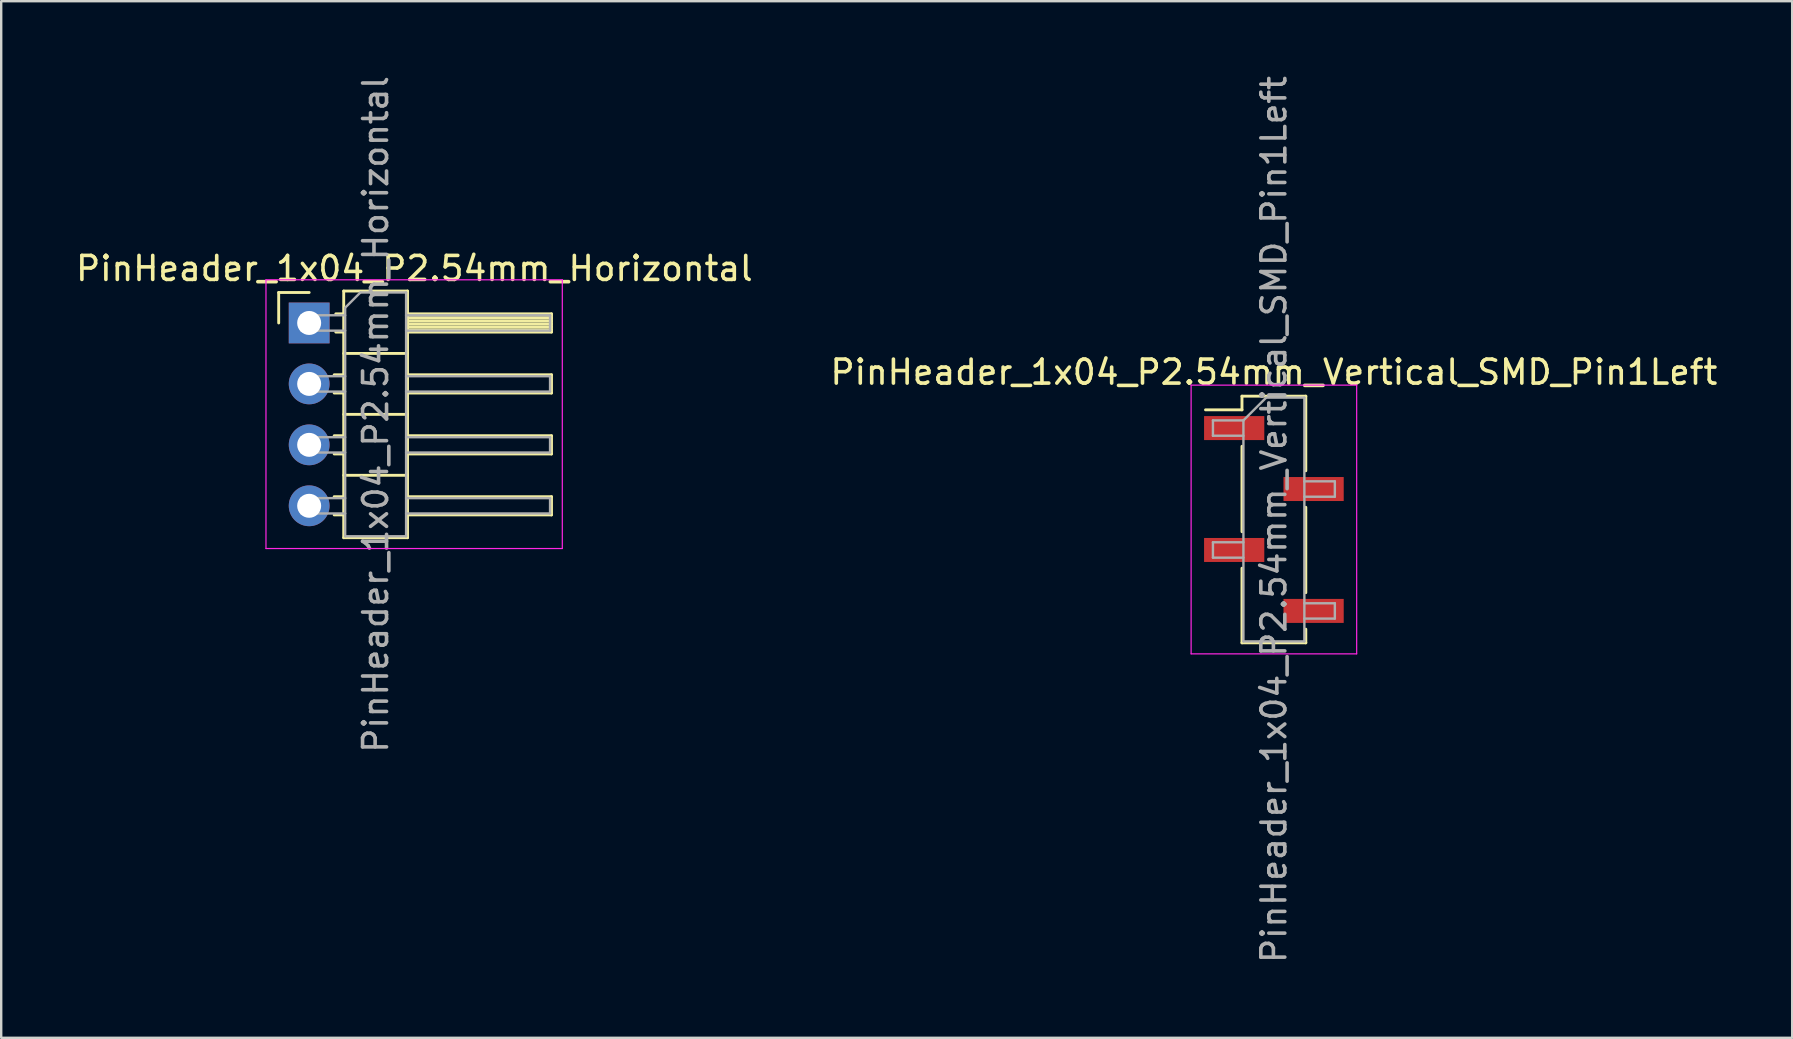
<source format=kicad_pcb>
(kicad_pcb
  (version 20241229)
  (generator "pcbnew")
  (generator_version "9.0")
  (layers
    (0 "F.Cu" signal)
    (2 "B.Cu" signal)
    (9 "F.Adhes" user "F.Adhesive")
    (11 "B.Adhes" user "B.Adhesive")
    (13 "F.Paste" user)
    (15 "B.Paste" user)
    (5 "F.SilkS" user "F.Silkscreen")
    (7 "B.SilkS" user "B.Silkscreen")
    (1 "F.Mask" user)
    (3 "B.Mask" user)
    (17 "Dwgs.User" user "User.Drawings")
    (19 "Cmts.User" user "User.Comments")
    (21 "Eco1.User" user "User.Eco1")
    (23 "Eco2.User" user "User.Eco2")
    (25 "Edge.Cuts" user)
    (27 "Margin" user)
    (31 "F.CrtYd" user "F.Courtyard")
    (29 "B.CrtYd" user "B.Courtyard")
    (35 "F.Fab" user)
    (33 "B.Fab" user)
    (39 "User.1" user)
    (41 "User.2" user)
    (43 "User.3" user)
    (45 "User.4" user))
  (footprint "PinHeader_1x04_P2.54mm_Horizontal"
    (layer "F.Cu")
    (at 9.835 10.41)
    (property "Reference" "PinHeader_1x04_P2.54mm_Horizontal" (at 4.385 -2.27 0) (layer "F.SilkS") (effects (font (size 1 1) (thickness 0.15))))
    (attr through_hole)
    (fp_line (start -1.27 -1.27) (end 0 -1.27) (stroke (width 0.12) (type solid)) (layer "F.SilkS"))
    (fp_line (start -1.27 0) (end -1.27 -1.27) (stroke (width 0.12) (type solid)) (layer "F.SilkS"))
    (fp_line (start 1.043 2.16) (end 1.44 2.16) (stroke (width 0.12) (type solid)) (layer "F.SilkS"))
    (fp_line (start 1.043 2.92) (end 1.44 2.92) (stroke (width 0.12) (type solid)) (layer "F.SilkS"))
    (fp_line (start 1.043 4.7) (end 1.44 4.7) (stroke (width 0.12) (type solid)) (layer "F.SilkS"))
    (fp_line (start 1.043 5.46) (end 1.44 5.46) (stroke (width 0.12) (type solid)) (layer "F.SilkS"))
    (fp_line (start 1.043 7.24) (end 1.44 7.24) (stroke (width 0.12) (type solid)) (layer "F.SilkS"))
    (fp_line (start 1.043 8) (end 1.44 8) (stroke (width 0.12) (type solid)) (layer "F.SilkS"))
    (fp_line (start 1.11 -0.38) (end 1.44 -0.38) (stroke (width 0.12) (type solid)) (layer "F.SilkS"))
    (fp_line (start 1.11 0.38) (end 1.44 0.38) (stroke (width 0.12) (type solid)) (layer "F.SilkS"))
    (fp_line (start 1.44 -1.33) (end 1.44 8.95) (stroke (width 0.12) (type solid)) (layer "F.SilkS"))
    (fp_line (start 1.44 1.27) (end 4.1 1.27) (stroke (width 0.12) (type solid)) (layer "F.SilkS"))
    (fp_line (start 1.44 3.81) (end 4.1 3.81) (stroke (width 0.12) (type solid)) (layer "F.SilkS"))
    (fp_line (start 1.44 6.35) (end 4.1 6.35) (stroke (width 0.12) (type solid)) (layer "F.SilkS"))
    (fp_line (start 1.44 8.95) (end 4.1 8.95) (stroke (width 0.12) (type solid)) (layer "F.SilkS"))
    (fp_line (start 4.1 -1.33) (end 1.44 -1.33) (stroke (width 0.12) (type solid)) (layer "F.SilkS"))
    (fp_line (start 4.1 -0.38) (end 10.1 -0.38) (stroke (width 0.12) (type solid)) (layer "F.SilkS"))
    (fp_line (start 4.1 -0.32) (end 10.1 -0.32) (stroke (width 0.12) (type solid)) (layer "F.SilkS"))
    (fp_line (start 4.1 -0.2) (end 10.1 -0.2) (stroke (width 0.12) (type solid)) (layer "F.SilkS"))
    (fp_line (start 4.1 -0.08) (end 10.1 -0.08) (stroke (width 0.12) (type solid)) (layer "F.SilkS"))
    (fp_line (start 4.1 0.04) (end 10.1 0.04) (stroke (width 0.12) (type solid)) (layer "F.SilkS"))
    (fp_line (start 4.1 0.16) (end 10.1 0.16) (stroke (width 0.12) (type solid)) (layer "F.SilkS"))
    (fp_line (start 4.1 0.28) (end 10.1 0.28) (stroke (width 0.12) (type solid)) (layer "F.SilkS"))
    (fp_line (start 4.1 2.16) (end 10.1 2.16) (stroke (width 0.12) (type solid)) (layer "F.SilkS"))
    (fp_line (start 4.1 4.7) (end 10.1 4.7) (stroke (width 0.12) (type solid)) (layer "F.SilkS"))
    (fp_line (start 4.1 7.24) (end 10.1 7.24) (stroke (width 0.12) (type solid)) (layer "F.SilkS"))
    (fp_line (start 4.1 8.95) (end 4.1 -1.33) (stroke (width 0.12) (type solid)) (layer "F.SilkS"))
    (fp_line (start 10.1 -0.38) (end 10.1 0.38) (stroke (width 0.12) (type solid)) (layer "F.SilkS"))
    (fp_line (start 10.1 0.38) (end 4.1 0.38) (stroke (width 0.12) (type solid)) (layer "F.SilkS"))
    (fp_line (start 10.1 2.16) (end 10.1 2.92) (stroke (width 0.12) (type solid)) (layer "F.SilkS"))
    (fp_line (start 10.1 2.92) (end 4.1 2.92) (stroke (width 0.12) (type solid)) (layer "F.SilkS"))
    (fp_line (start 10.1 4.7) (end 10.1 5.46) (stroke (width 0.12) (type solid)) (layer "F.SilkS"))
    (fp_line (start 10.1 5.46) (end 4.1 5.46) (stroke (width 0.12) (type solid)) (layer "F.SilkS"))
    (fp_line (start 10.1 7.24) (end 10.1 8) (stroke (width 0.12) (type solid)) (layer "F.SilkS"))
    (fp_line (start 10.1 8) (end 4.1 8) (stroke (width 0.12) (type solid)) (layer "F.SilkS"))
    (fp_line (start -1.8 -1.8) (end -1.8 9.4) (stroke (width 0.05) (type solid)) (layer "F.CrtYd"))
    (fp_line (start -1.8 9.4) (end 10.55 9.4) (stroke (width 0.05) (type solid)) (layer "F.CrtYd"))
    (fp_line (start 10.55 -1.8) (end -1.8 -1.8) (stroke (width 0.05) (type solid)) (layer "F.CrtYd"))
    (fp_line (start 10.55 9.4) (end 10.55 -1.8) (stroke (width 0.05) (type solid)) (layer "F.CrtYd"))
    (fp_line (start -0.32 -0.32) (end -0.32 0.32) (stroke (width 0.1) (type solid)) (layer "F.Fab"))
    (fp_line (start -0.32 -0.32) (end 1.5 -0.32) (stroke (width 0.1) (type solid)) (layer "F.Fab"))
    (fp_line (start -0.32 0.32) (end 1.5 0.32) (stroke (width 0.1) (type solid)) (layer "F.Fab"))
    (fp_line (start -0.32 2.22) (end -0.32 2.86) (stroke (width 0.1) (type solid)) (layer "F.Fab"))
    (fp_line (start -0.32 2.22) (end 1.5 2.22) (stroke (width 0.1) (type solid)) (layer "F.Fab"))
    (fp_line (start -0.32 2.86) (end 1.5 2.86) (stroke (width 0.1) (type solid)) (layer "F.Fab"))
    (fp_line (start -0.32 4.76) (end -0.32 5.4) (stroke (width 0.1) (type solid)) (layer "F.Fab"))
    (fp_line (start -0.32 4.76) (end 1.5 4.76) (stroke (width 0.1) (type solid)) (layer "F.Fab"))
    (fp_line (start -0.32 5.4) (end 1.5 5.4) (stroke (width 0.1) (type solid)) (layer "F.Fab"))
    (fp_line (start -0.32 7.3) (end -0.32 7.94) (stroke (width 0.1) (type solid)) (layer "F.Fab"))
    (fp_line (start -0.32 7.3) (end 1.5 7.3) (stroke (width 0.1) (type solid)) (layer "F.Fab"))
    (fp_line (start -0.32 7.94) (end 1.5 7.94) (stroke (width 0.1) (type solid)) (layer "F.Fab"))
    (fp_line (start 1.5 -0.635) (end 2.135 -1.27) (stroke (width 0.1) (type solid)) (layer "F.Fab"))
    (fp_line (start 1.5 8.89) (end 1.5 -0.635) (stroke (width 0.1) (type solid)) (layer "F.Fab"))
    (fp_line (start 2.135 -1.27) (end 4.04 -1.27) (stroke (width 0.1) (type solid)) (layer "F.Fab"))
    (fp_line (start 4.04 -1.27) (end 4.04 8.89) (stroke (width 0.1) (type solid)) (layer "F.Fab"))
    (fp_line (start 4.04 -0.32) (end 10.04 -0.32) (stroke (width 0.1) (type solid)) (layer "F.Fab"))
    (fp_line (start 4.04 0.32) (end 10.04 0.32) (stroke (width 0.1) (type solid)) (layer "F.Fab"))
    (fp_line (start 4.04 2.22) (end 10.04 2.22) (stroke (width 0.1) (type solid)) (layer "F.Fab"))
    (fp_line (start 4.04 2.86) (end 10.04 2.86) (stroke (width 0.1) (type solid)) (layer "F.Fab"))
    (fp_line (start 4.04 4.76) (end 10.04 4.76) (stroke (width 0.1) (type solid)) (layer "F.Fab"))
    (fp_line (start 4.04 5.4) (end 10.04 5.4) (stroke (width 0.1) (type solid)) (layer "F.Fab"))
    (fp_line (start 4.04 7.3) (end 10.04 7.3) (stroke (width 0.1) (type solid)) (layer "F.Fab"))
    (fp_line (start 4.04 7.94) (end 10.04 7.94) (stroke (width 0.1) (type solid)) (layer "F.Fab"))
    (fp_line (start 4.04 8.89) (end 1.5 8.89) (stroke (width 0.1) (type solid)) (layer "F.Fab"))
    (fp_line (start 10.04 -0.32) (end 10.04 0.32) (stroke (width 0.1) (type solid)) (layer "F.Fab"))
    (fp_line (start 10.04 2.22) (end 10.04 2.86) (stroke (width 0.1) (type solid)) (layer "F.Fab"))
    (fp_line (start 10.04 4.76) (end 10.04 5.4) (stroke (width 0.1) (type solid)) (layer "F.Fab"))
    (fp_line (start 10.04 7.3) (end 10.04 7.94) (stroke (width 0.1) (type solid)) (layer "F.Fab"))
    (fp_text user "${REFERENCE}" (at 2.77 3.81 90) (layer "F.Fab") (effects (font (size 1 1) (thickness 0.15))))
    (pad "1" thru_hole rect (at 0 0) (size 1.7 1.7) (drill 1) (layers "*.Cu" "*.Mask"))
    (pad "2" thru_hole oval (at 0 2.54) (size 1.7 1.7) (drill 1) (layers "*.Cu" "*.Mask"))
    (pad "3" thru_hole oval (at 0 5.08) (size 1.7 1.7) (drill 1) (layers "*.Cu" "*.Mask"))
    (pad "4" thru_hole oval (at 0 7.62) (size 1.7 1.7) (drill 1) (layers "*.Cu" "*.Mask")))
  (footprint "PinHeader_1x04_P2.54mm_Vertical_SMD_Pin1Left"
    (layer "F.Cu")
    (at 50.042 18.601)
    (property "Reference" "PinHeader_1x04_P2.54mm_Vertical_SMD_Pin1Left" (at 0 -6.14 0) (layer "F.SilkS") (effects (font (size 1 1) (thickness 0.15))))
    (attr smd)
    (fp_line (start -1.33 -5.14) (end -1.33 -4.57) (stroke (width 0.12) (type solid)) (layer "F.SilkS"))
    (fp_line (start -1.33 -5.14) (end 1.33 -5.14) (stroke (width 0.12) (type solid)) (layer "F.SilkS"))
    (fp_line (start -1.33 -4.57) (end -2.85 -4.57) (stroke (width 0.12) (type solid)) (layer "F.SilkS"))
    (fp_line (start -1.33 -3.05) (end -1.33 0.51) (stroke (width 0.12) (type solid)) (layer "F.SilkS"))
    (fp_line (start -1.33 2.03) (end -1.33 5.14) (stroke (width 0.12) (type solid)) (layer "F.SilkS"))
    (fp_line (start -1.33 5.14) (end 1.33 5.14) (stroke (width 0.12) (type solid)) (layer "F.SilkS"))
    (fp_line (start 1.33 -5.14) (end 1.33 -2.03) (stroke (width 0.12) (type solid)) (layer "F.SilkS"))
    (fp_line (start 1.33 -0.51) (end 1.33 3.05) (stroke (width 0.12) (type solid)) (layer "F.SilkS"))
    (fp_line (start 1.33 4.57) (end 1.33 5.14) (stroke (width 0.12) (type solid)) (layer "F.SilkS"))
    (fp_line (start -3.45 -5.6) (end -3.45 5.6) (stroke (width 0.05) (type solid)) (layer "F.CrtYd"))
    (fp_line (start -3.45 5.6) (end 3.45 5.6) (stroke (width 0.05) (type solid)) (layer "F.CrtYd"))
    (fp_line (start 3.45 -5.6) (end -3.45 -5.6) (stroke (width 0.05) (type solid)) (layer "F.CrtYd"))
    (fp_line (start 3.45 5.6) (end 3.45 -5.6) (stroke (width 0.05) (type solid)) (layer "F.CrtYd"))
    (fp_line (start -2.54 -4.13) (end -2.54 -3.49) (stroke (width 0.1) (type solid)) (layer "F.Fab"))
    (fp_line (start -2.54 -3.49) (end -1.27 -3.49) (stroke (width 0.1) (type solid)) (layer "F.Fab"))
    (fp_line (start -2.54 0.95) (end -2.54 1.59) (stroke (width 0.1) (type solid)) (layer "F.Fab"))
    (fp_line (start -2.54 1.59) (end -1.27 1.59) (stroke (width 0.1) (type solid)) (layer "F.Fab"))
    (fp_line (start -1.27 -4.13) (end -2.54 -4.13) (stroke (width 0.1) (type solid)) (layer "F.Fab"))
    (fp_line (start -1.27 -4.13) (end -0.32 -5.08) (stroke (width 0.1) (type solid)) (layer "F.Fab"))
    (fp_line (start -1.27 0.95) (end -2.54 0.95) (stroke (width 0.1) (type solid)) (layer "F.Fab"))
    (fp_line (start -1.27 5.08) (end -1.27 -4.13) (stroke (width 0.1) (type solid)) (layer "F.Fab"))
    (fp_line (start -0.32 -5.08) (end 1.27 -5.08) (stroke (width 0.1) (type solid)) (layer "F.Fab"))
    (fp_line (start 1.27 -5.08) (end 1.27 5.08) (stroke (width 0.1) (type solid)) (layer "F.Fab"))
    (fp_line (start 1.27 -1.59) (end 2.54 -1.59) (stroke (width 0.1) (type solid)) (layer "F.Fab"))
    (fp_line (start 1.27 3.49) (end 2.54 3.49) (stroke (width 0.1) (type solid)) (layer "F.Fab"))
    (fp_line (start 1.27 5.08) (end -1.27 5.08) (stroke (width 0.1) (type solid)) (layer "F.Fab"))
    (fp_line (start 2.54 -1.59) (end 2.54 -0.95) (stroke (width 0.1) (type solid)) (layer "F.Fab"))
    (fp_line (start 2.54 -0.95) (end 1.27 -0.95) (stroke (width 0.1) (type solid)) (layer "F.Fab"))
    (fp_line (start 2.54 3.49) (end 2.54 4.13) (stroke (width 0.1) (type solid)) (layer "F.Fab"))
    (fp_line (start 2.54 4.13) (end 1.27 4.13) (stroke (width 0.1) (type solid)) (layer "F.Fab"))
    (fp_text user "${REFERENCE}" (at 0 0 90) (layer "F.Fab") (effects (font (size 1 1) (thickness 0.15))))
    (pad "1" smd rect (at -1.655 -3.81) (size 2.51 1) (layers "F.Cu" "F.Mask" "F.Paste"))
    (pad "2" smd rect (at 1.655 -1.27) (size 2.51 1) (layers "F.Cu" "F.Mask" "F.Paste"))
    (pad "3" smd rect (at -1.655 1.27) (size 2.51 1) (layers "F.Cu" "F.Mask" "F.Paste"))
    (pad "4" smd rect (at 1.655 3.81) (size 2.51 1) (layers "F.Cu" "F.Mask" "F.Paste")))
  (gr_rect
    (start -3 -3)
    (end 71.643 40.202)
    (stroke (width 0.1) (type default))
    (fill no)
    (layer "Edge.Cuts")))
</source>
